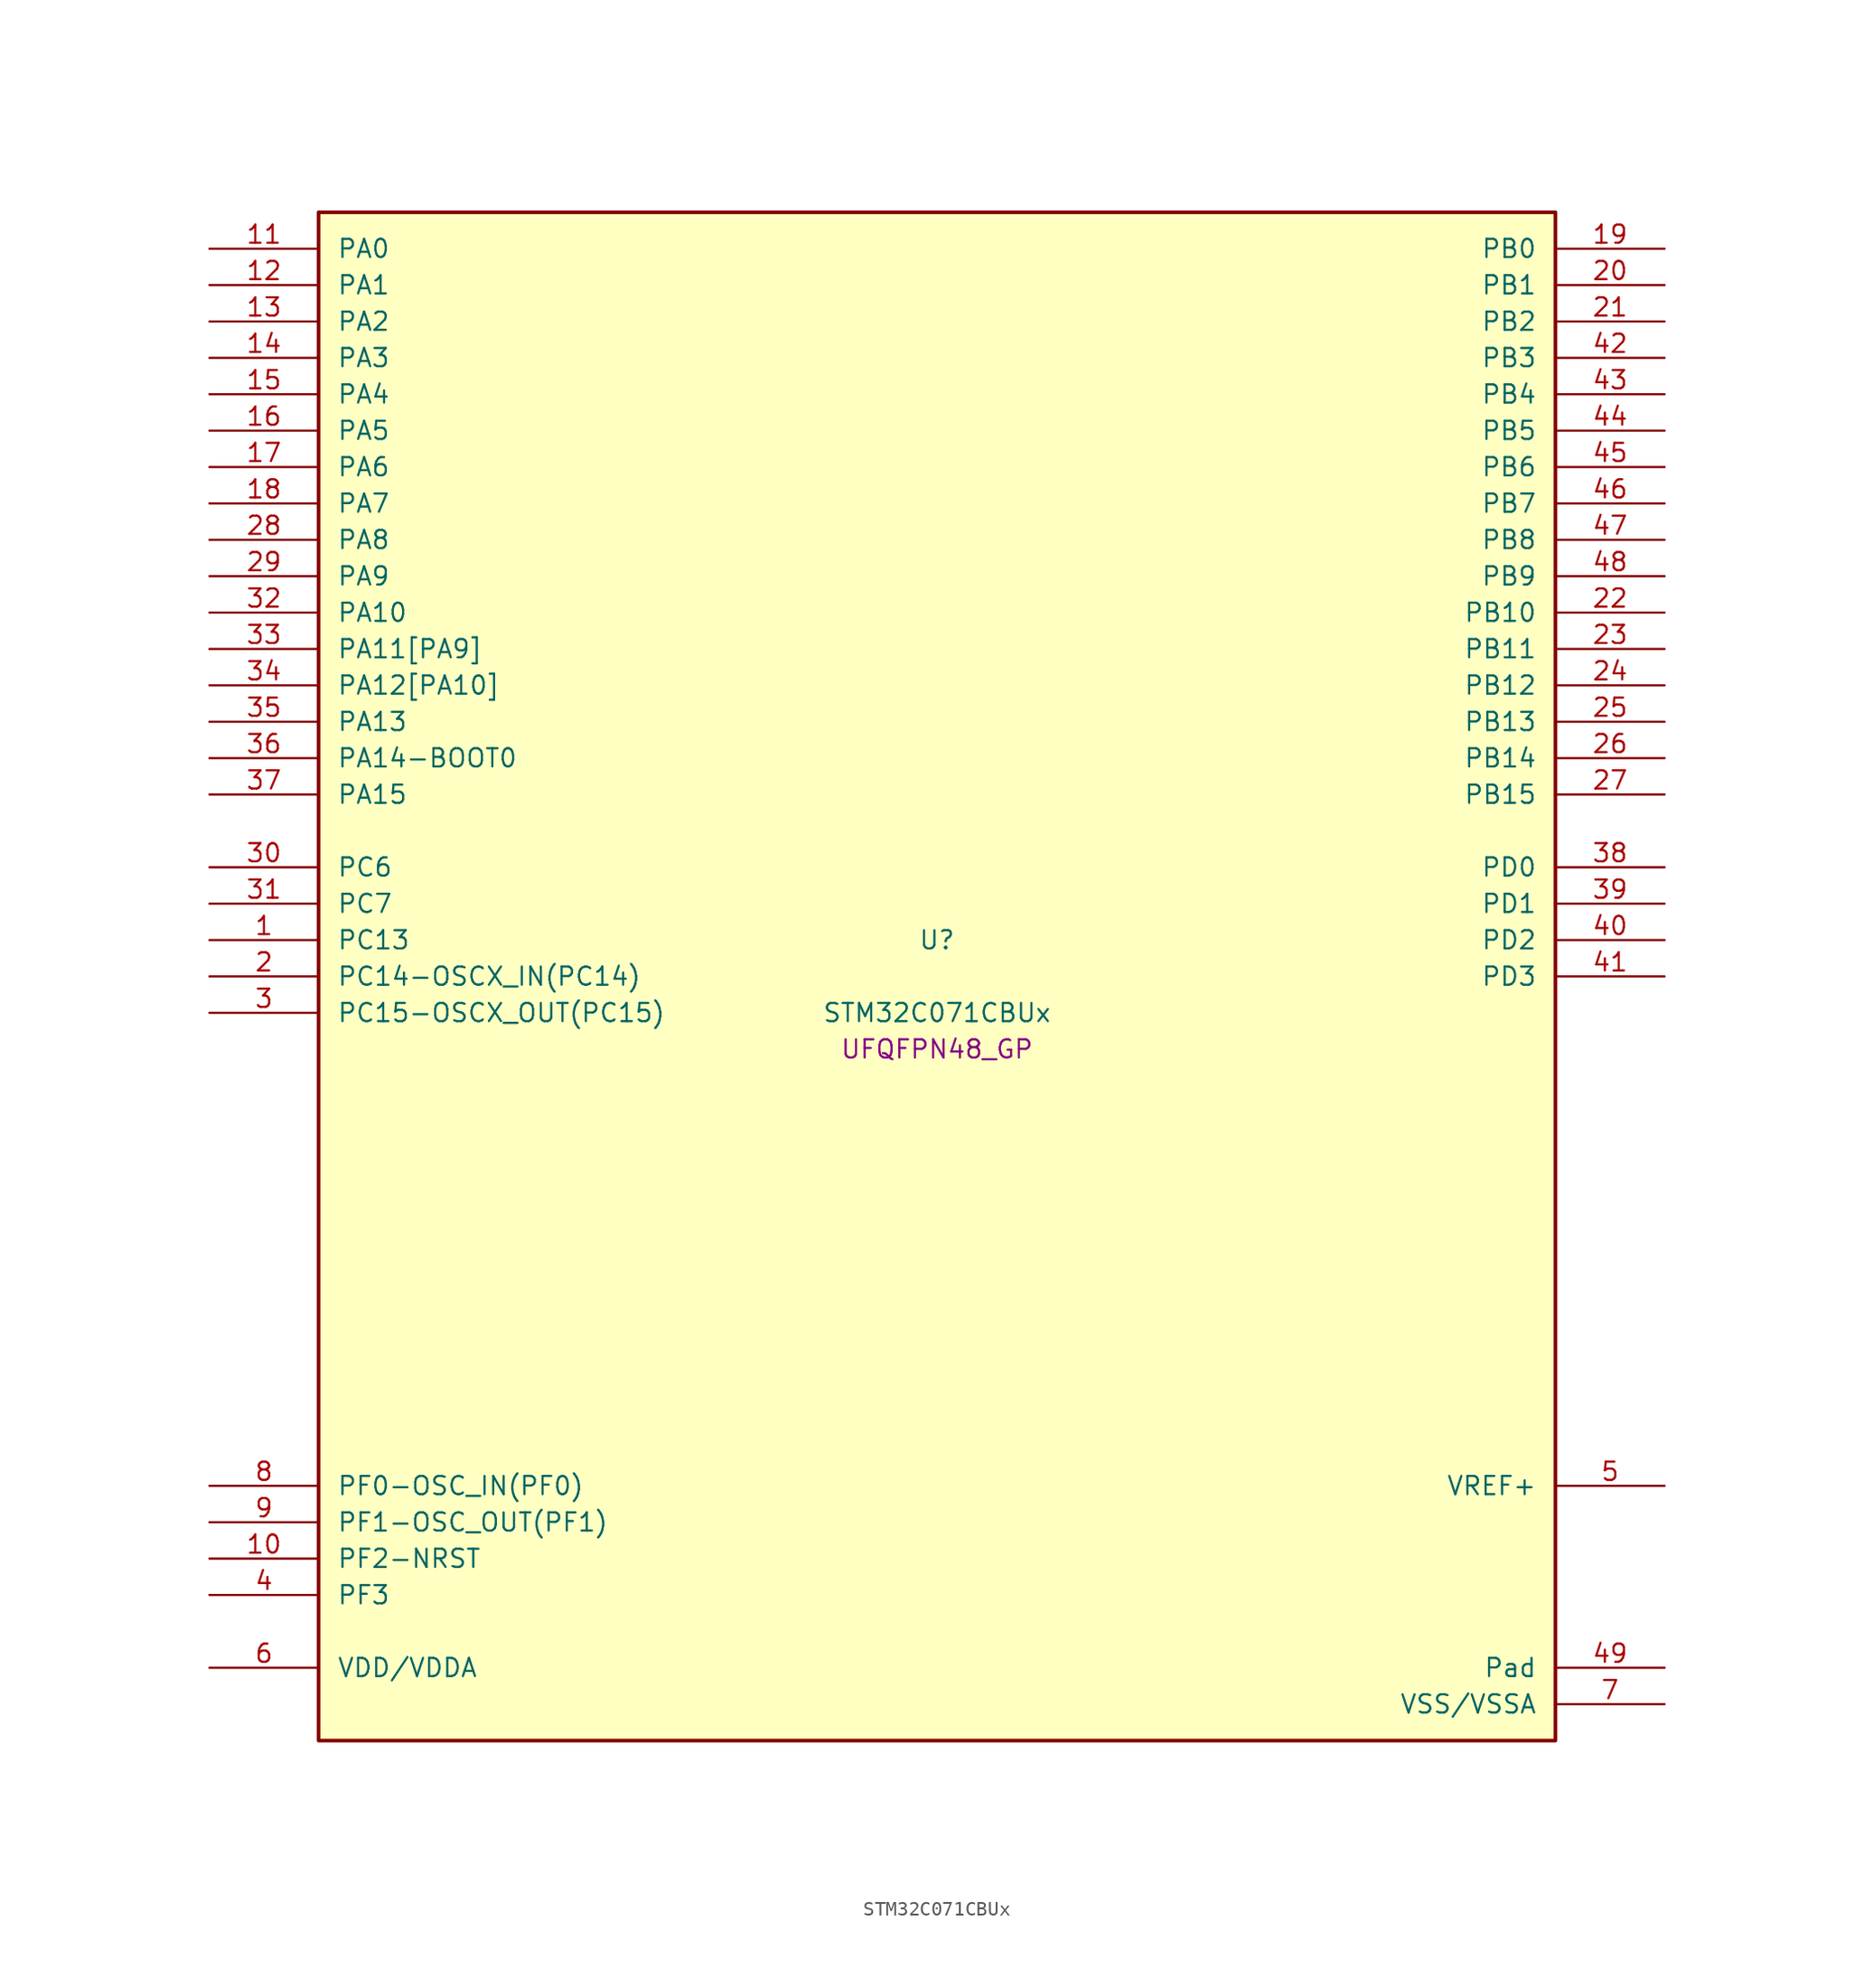
<source format=kicad_sym>
(kicad_symbol_lib
  (version 20241209)
  (generator "stm32_pkl_generator")
  (generator_version "1.0")
  (symbol "STM32C071CBUx"
    (pin_names
      (offset 1.27))
    (property "Reference" "U"
      (at 0 2.54 0))
    (property "Value" "STM32C071CBUx"
      (at 0 -2.54 0))
    (property "Footprint" "UFQFPN48_GP"
      (at 0 -5.08 0))
    (symbol "STM32C071CBUx_1_1"
      (rectangle (start -43.18 53.34) (end 43.18 -53.34) (stroke (width 0.254) (type solid)) (fill (type background)))
      (pin bidirectional line (at -50.8 50.8 0) (length 7.62) (name "PA0") (number "11") (alternate "PA0/ADC1_IN0" bidirectional line) (alternate "PA0/PWR_WKUP1" bidirectional line) (alternate "PA0/SPI2_SCK" bidirectional line) (alternate "PA0/TIM16_CH1" bidirectional line) (alternate "PA0/TIM1_CH1" bidirectional line) (alternate "PA0/TIM2_CH1" bidirectional line) (alternate "PA0/TIM2_ETR" bidirectional line) (alternate "PA0/USART1_TX" bidirectional line) (alternate "PA0/USART2_CTS" bidirectional line) (alternate "PA0/USART2_NSS" bidirectional line))
      (pin bidirectional line (at -50.8 48.26 0) (length 7.62) (name "PA1") (number "12") (alternate "PA1/ADC1_IN1" bidirectional line) (alternate "PA1/I2C1_SMBA" bidirectional line) (alternate "PA1/I2S1_CK" bidirectional line) (alternate "PA1/SPI1_SCK" bidirectional line) (alternate "PA1/TIM17_CH1" bidirectional line) (alternate "PA1/TIM1_CH2" bidirectional line) (alternate "PA1/TIM2_CH2" bidirectional line) (alternate "PA1/USART1_RX" bidirectional line) (alternate "PA1/USART2_CK" bidirectional line) (alternate "PA1/USART2_DE" bidirectional line) (alternate "PA1/USART2_RTS" bidirectional line))
      (pin bidirectional line (at -50.8 45.72 0) (length 7.62) (name "PA2") (number "13") (alternate "PA2/ADC1_IN2" bidirectional line) (alternate "PA2/I2S1_SD" bidirectional line) (alternate "PA2/PWR_WKUP4" bidirectional line) (alternate "PA2/RCC_LSCO" bidirectional line) (alternate "PA2/SPI1_MOSI" bidirectional line) (alternate "PA2/TIM16_CH1N" bidirectional line) (alternate "PA2/TIM1_CH3" bidirectional line) (alternate "PA2/TIM2_CH3" bidirectional line) (alternate "PA2/TIM3_ETR" bidirectional line) (alternate "PA2/USART2_TX" bidirectional line))
      (pin bidirectional line (at -50.8 43.18 0) (length 7.62) (name "PA3") (number "14") (alternate "PA3/ADC1_IN3" bidirectional line) (alternate "PA3/SPI2_MISO" bidirectional line) (alternate "PA3/TIM1_CH1N" bidirectional line) (alternate "PA3/TIM1_CH4" bidirectional line) (alternate "PA3/TIM2_CH4" bidirectional line) (alternate "PA3/USART2_RX" bidirectional line))
      (pin bidirectional line (at -50.8 40.64 0) (length 7.62) (name "PA4") (number "15") (alternate "PA4/ADC1_IN4" bidirectional line) (alternate "PA4/I2S1_WS" bidirectional line) (alternate "PA4/RTC_OUT2" bidirectional line) (alternate "PA4/SPI1_NSS" bidirectional line) (alternate "PA4/SPI2_MOSI" bidirectional line) (alternate "PA4/TIM14_CH1" bidirectional line) (alternate "PA4/TIM17_CH1N" bidirectional line) (alternate "PA4/TIM1_CH2N" bidirectional line) (alternate "PA4/USART2_TX" bidirectional line) (alternate "PA4/USB_NOE" bidirectional line))
      (pin bidirectional line (at -50.8 38.1 0) (length 7.62) (name "PA5") (number "16") (alternate "PA5/ADC1_IN5" bidirectional line) (alternate "PA5/I2S1_CK" bidirectional line) (alternate "PA5/SPI1_SCK" bidirectional line) (alternate "PA5/TIM1_CH1" bidirectional line) (alternate "PA5/TIM1_CH3N" bidirectional line) (alternate "PA5/TIM2_CH1" bidirectional line) (alternate "PA5/TIM2_ETR" bidirectional line) (alternate "PA5/USART2_RX" bidirectional line))
      (pin bidirectional line (at -50.8 35.56 0) (length 7.62) (name "PA6") (number "17") (alternate "PA6/ADC1_IN6" bidirectional line) (alternate "PA6/I2C2_SDA" bidirectional line) (alternate "PA6/I2S1_MCK" bidirectional line) (alternate "PA6/SPI1_MISO" bidirectional line) (alternate "PA6/TIM16_CH1" bidirectional line) (alternate "PA6/TIM1_BKIN" bidirectional line) (alternate "PA6/TIM3_CH1" bidirectional line))
      (pin bidirectional line (at -50.8 33.02 0) (length 7.62) (name "PA7") (number "18") (alternate "PA7/ADC1_IN7" bidirectional line) (alternate "PA7/I2C2_SCL" bidirectional line) (alternate "PA7/I2S1_SD" bidirectional line) (alternate "PA7/SPI1_MOSI" bidirectional line) (alternate "PA7/TIM14_CH1" bidirectional line) (alternate "PA7/TIM17_CH1" bidirectional line) (alternate "PA7/TIM1_CH1N" bidirectional line) (alternate "PA7/TIM3_CH2" bidirectional line))
      (pin bidirectional line (at -50.8 30.48 0) (length 7.62) (name "PA8") (number "28") (alternate "PA8/ADC1_IN8" bidirectional line) (alternate "PA8/CRS_SYNC" bidirectional line) (alternate "PA8/I2S1_WS" bidirectional line) (alternate "PA8/RCC_MCO" bidirectional line) (alternate "PA8/RCC_MCO_2" bidirectional line) (alternate "PA8/SPI1_NSS" bidirectional line) (alternate "PA8/SPI2_MISO" bidirectional line) (alternate "PA8/SPI2_NSS" bidirectional line) (alternate "PA8/TIM14_CH1" bidirectional line) (alternate "PA8/TIM1_CH1" bidirectional line) (alternate "PA8/TIM1_CH2N" bidirectional line) (alternate "PA8/TIM1_CH3N" bidirectional line) (alternate "PA8/TIM3_CH3" bidirectional line) (alternate "PA8/TIM3_CH4" bidirectional line) (alternate "PA8/USART1_RX" bidirectional line) (alternate "PA8/USART2_TX" bidirectional line))
      (pin bidirectional line (at -50.8 27.94 0) (length 7.62) (name "PA9") (number "29") (alternate "PA9/I2C1_SCL" bidirectional line) (alternate "PA9/I2C2_SCL" bidirectional line) (alternate "PA9/RCC_MCO" bidirectional line) (alternate "PA9/SPI2_MISO" bidirectional line) (alternate "PA9/TIM1_CH2" bidirectional line) (alternate "PA9/TIM3_ETR" bidirectional line) (alternate "PA9/USART1_TX" bidirectional line) (alternate "PA9/NC" bidirectional line))
      (pin bidirectional line (at -50.8 25.4 0) (length 7.62) (name "PA10") (number "32") (alternate "PA10/I2C1_SDA" bidirectional line) (alternate "PA10/I2C2_SDA" bidirectional line) (alternate "PA10/RCC_MCO_2" bidirectional line) (alternate "PA10/SPI2_MOSI" bidirectional line) (alternate "PA10/TIM17_BKIN" bidirectional line) (alternate "PA10/TIM1_CH3" bidirectional line) (alternate "PA10/USART1_RX" bidirectional line) (alternate "PA10/NC" bidirectional line))
      (pin bidirectional line (at -50.8 22.86 0) (length 7.62) (name "PA11[PA9]") (number "33") (alternate "PA11[PA9]/ADC1_EXTI11" bidirectional line) (alternate "PA11[PA9]/I2C2_SCL" bidirectional line) (alternate "PA11[PA9]/I2S1_MCK" bidirectional line) (alternate "PA11[PA9]/SPI1_MISO" bidirectional line) (alternate "PA11[PA9]/TIM1_BKIN2" bidirectional line) (alternate "PA11[PA9]/TIM1_CH4" bidirectional line) (alternate "PA11[PA9]/USART1_CTS" bidirectional line) (alternate "PA11[PA9]/USART1_NSS" bidirectional line) (alternate "PA11[PA9]/USB_DM" bidirectional line) (alternate "PA11[PA9]/PA9[PA11]" bidirectional line) (alternate "PA11[PA9]/I2C1_SCL" bidirectional line) (alternate "PA11[PA9]/RCC_MCO" bidirectional line) (alternate "PA11[PA9]/SPI2_MISO" bidirectional line) (alternate "PA11[PA9]/TIM1_CH2" bidirectional line) (alternate "PA11[PA9]/TIM3_ETR" bidirectional line) (alternate "PA11[PA9]/USART1_TX" bidirectional line))
      (pin bidirectional line (at -50.8 20.32 0) (length 7.62) (name "PA12[PA10]") (number "34") (alternate "PA12[PA10]/I2C2_SDA" bidirectional line) (alternate "PA12[PA10]/I2S1_SD" bidirectional line) (alternate "PA12[PA10]/I2S_CKIN" bidirectional line) (alternate "PA12[PA10]/SPI1_MOSI" bidirectional line) (alternate "PA12[PA10]/TIM1_ETR" bidirectional line) (alternate "PA12[PA10]/USART1_CK" bidirectional line) (alternate "PA12[PA10]/USART1_DE" bidirectional line) (alternate "PA12[PA10]/USART1_RTS" bidirectional line) (alternate "PA12[PA10]/USB_DP" bidirectional line) (alternate "PA12[PA10]/PA10[PA12]" bidirectional line) (alternate "PA12[PA10]/I2C1_SDA" bidirectional line) (alternate "PA12[PA10]/RCC_MCO_2" bidirectional line) (alternate "PA12[PA10]/SPI2_MOSI" bidirectional line) (alternate "PA12[PA10]/TIM17_BKIN" bidirectional line) (alternate "PA12[PA10]/TIM1_CH3" bidirectional line) (alternate "PA12[PA10]/USART1_RX" bidirectional line))
      (pin bidirectional line (at -50.8 17.78 0) (length 7.62) (name "PA13") (number "35") (alternate "PA13/ADC1_IN13" bidirectional line) (alternate "PA13/DEBUG_SWDIO" bidirectional line) (alternate "PA13/IR_OUT" bidirectional line) (alternate "PA13/TIM3_ETR" bidirectional line) (alternate "PA13/USART2_RX" bidirectional line) (alternate "PA13/USB_NOE" bidirectional line))
      (pin bidirectional line (at -50.8 15.24 0) (length 7.62) (name "PA14-BOOT0") (number "36") (alternate "PA14-BOOT0/ADC1_IN14" bidirectional line) (alternate "PA14-BOOT0/DEBUG_SWCLK" bidirectional line) (alternate "PA14-BOOT0/I2S1_WS" bidirectional line) (alternate "PA14-BOOT0/RCC_MCO_2" bidirectional line) (alternate "PA14-BOOT0/SPI1_NSS" bidirectional line) (alternate "PA14-BOOT0/TIM1_CH1" bidirectional line) (alternate "PA14-BOOT0/USART1_CK" bidirectional line) (alternate "PA14-BOOT0/USART1_DE" bidirectional line) (alternate "PA14-BOOT0/USART1_RTS" bidirectional line) (alternate "PA14-BOOT0/USART2_RX" bidirectional line) (alternate "PA14-BOOT0/USART2_TX" bidirectional line))
      (pin bidirectional line (at -50.8 12.7 0) (length 7.62) (name "PA15") (number "37") (alternate "PA15/I2S1_WS" bidirectional line) (alternate "PA15/RCC_MCO_2" bidirectional line) (alternate "PA15/SPI1_NSS" bidirectional line) (alternate "PA15/TIM1_CH1" bidirectional line) (alternate "PA15/TIM2_CH1" bidirectional line) (alternate "PA15/TIM2_ETR" bidirectional line) (alternate "PA15/USART1_CK" bidirectional line) (alternate "PA15/USART1_DE" bidirectional line) (alternate "PA15/USART1_RTS" bidirectional line) (alternate "PA15/USART2_RX" bidirectional line) (alternate "PA15/USB_NOE" bidirectional line))
      (pin bidirectional line (at 50.8 50.8 180) (length 7.62) (name "PB0") (number "19") (alternate "PB0/ADC1_IN17" bidirectional line) (alternate "PB0/I2S1_WS" bidirectional line) (alternate "PB0/SPI1_NSS" bidirectional line) (alternate "PB0/TIM1_CH2N" bidirectional line) (alternate "PB0/TIM3_CH3" bidirectional line))
      (pin bidirectional line (at 50.8 48.26 180) (length 7.62) (name "PB1") (number "20") (alternate "PB1/ADC1_IN18" bidirectional line) (alternate "PB1/TIM14_CH1" bidirectional line) (alternate "PB1/TIM1_CH2N" bidirectional line) (alternate "PB1/TIM1_CH3N" bidirectional line) (alternate "PB1/TIM3_CH4" bidirectional line))
      (pin bidirectional line (at 50.8 45.72 180) (length 7.62) (name "PB2") (number "21") (alternate "PB2/ADC1_IN19" bidirectional line) (alternate "PB2/RCC_MCO_2" bidirectional line) (alternate "PB2/SPI2_MISO" bidirectional line) (alternate "PB2/USART1_RX" bidirectional line))
      (pin bidirectional line (at 50.8 43.18 180) (length 7.62) (name "PB3") (number "42") (alternate "PB3/I2C2_SCL" bidirectional line) (alternate "PB3/I2S1_CK" bidirectional line) (alternate "PB3/SPI1_SCK" bidirectional line) (alternate "PB3/TIM1_CH2" bidirectional line) (alternate "PB3/TIM2_CH2" bidirectional line) (alternate "PB3/TIM3_CH2" bidirectional line) (alternate "PB3/USART1_CK" bidirectional line) (alternate "PB3/USART1_DE" bidirectional line) (alternate "PB3/USART1_RTS" bidirectional line))
      (pin bidirectional line (at 50.8 40.64 180) (length 7.62) (name "PB4") (number "43") (alternate "PB4/I2C2_SDA" bidirectional line) (alternate "PB4/I2S1_MCK" bidirectional line) (alternate "PB4/SPI1_MISO" bidirectional line) (alternate "PB4/TIM17_BKIN" bidirectional line) (alternate "PB4/TIM3_CH1" bidirectional line) (alternate "PB4/USART1_CTS" bidirectional line) (alternate "PB4/USART1_NSS" bidirectional line))
      (pin bidirectional line (at 50.8 38.1 180) (length 7.62) (name "PB5") (number "44") (alternate "PB5/I2C1_SMBA" bidirectional line) (alternate "PB5/I2S1_SD" bidirectional line) (alternate "PB5/PWR_WKUP6" bidirectional line) (alternate "PB5/SPI1_MOSI" bidirectional line) (alternate "PB5/TIM16_BKIN" bidirectional line) (alternate "PB5/TIM3_CH2" bidirectional line) (alternate "PB5/TIM3_CH3" bidirectional line))
      (pin bidirectional line (at 50.8 35.56 180) (length 7.62) (name "PB6") (number "45") (alternate "PB6/I2C1_SCL" bidirectional line) (alternate "PB6/I2C1_SMBA" bidirectional line) (alternate "PB6/I2S1_CK" bidirectional line) (alternate "PB6/I2S1_MCK" bidirectional line) (alternate "PB6/I2S1_SD" bidirectional line) (alternate "PB6/PWR_WKUP3" bidirectional line) (alternate "PB6/SPI1_MISO" bidirectional line) (alternate "PB6/SPI1_MOSI" bidirectional line) (alternate "PB6/SPI1_SCK" bidirectional line) (alternate "PB6/SPI2_MISO" bidirectional line) (alternate "PB6/TIM16_BKIN" bidirectional line) (alternate "PB6/TIM16_CH1N" bidirectional line) (alternate "PB6/TIM17_BKIN" bidirectional line) (alternate "PB6/TIM1_CH2" bidirectional line) (alternate "PB6/TIM1_CH3" bidirectional line) (alternate "PB6/TIM3_CH1" bidirectional line) (alternate "PB6/TIM3_CH2" bidirectional line) (alternate "PB6/TIM3_CH3" bidirectional line) (alternate "PB6/USART1_CTS" bidirectional line) (alternate "PB6/USART1_NSS" bidirectional line) (alternate "PB6/USART1_TX" bidirectional line))
      (pin bidirectional line (at 50.8 33.02 180) (length 7.62) (name "PB7") (number "46") (alternate "PB7/I2C1_SCL" bidirectional line) (alternate "PB7/I2C1_SDA" bidirectional line) (alternate "PB7/SPI2_MOSI" bidirectional line) (alternate "PB7/TIM16_CH1" bidirectional line) (alternate "PB7/TIM17_CH1N" bidirectional line) (alternate "PB7/TIM1_CH4" bidirectional line) (alternate "PB7/TIM3_CH1" bidirectional line) (alternate "PB7/TIM3_CH4" bidirectional line) (alternate "PB7/USART1_RX" bidirectional line) (alternate "PB7/USART2_CTS" bidirectional line) (alternate "PB7/USART2_NSS" bidirectional line))
      (pin bidirectional line (at 50.8 30.48 180) (length 7.62) (name "PB8") (number "47") (alternate "PB8/I2C1_SCL" bidirectional line) (alternate "PB8/SPI2_SCK" bidirectional line) (alternate "PB8/TIM16_CH1" bidirectional line) (alternate "PB8/TIM3_CH1" bidirectional line) (alternate "PB8/USART2_CTS" bidirectional line) (alternate "PB8/USART2_NSS" bidirectional line))
      (pin bidirectional line (at 50.8 27.94 180) (length 7.62) (name "PB9") (number "48") (alternate "PB9/I2C1_SDA" bidirectional line) (alternate "PB9/IR_OUT" bidirectional line) (alternate "PB9/SPI2_NSS" bidirectional line) (alternate "PB9/TIM17_CH1" bidirectional line) (alternate "PB9/TIM3_CH2" bidirectional line) (alternate "PB9/USART2_CK" bidirectional line) (alternate "PB9/USART2_DE" bidirectional line) (alternate "PB9/USART2_RTS" bidirectional line))
      (pin bidirectional line (at 50.8 25.4 180) (length 7.62) (name "PB10") (number "22") (alternate "PB10/ADC1_IN20" bidirectional line) (alternate "PB10/I2C2_SCL" bidirectional line) (alternate "PB10/SPI2_SCK" bidirectional line) (alternate "PB10/TIM2_CH3" bidirectional line))
      (pin bidirectional line (at 50.8 22.86 180) (length 7.62) (name "PB11") (number "23") (alternate "PB11/ADC1_EXTI11" bidirectional line) (alternate "PB11/ADC1_IN21" bidirectional line) (alternate "PB11/I2C2_SDA" bidirectional line) (alternate "PB11/SPI2_MOSI" bidirectional line) (alternate "PB11/TIM2_CH4" bidirectional line))
      (pin bidirectional line (at 50.8 20.32 180) (length 7.62) (name "PB12") (number "24") (alternate "PB12/ADC1_IN22" bidirectional line) (alternate "PB12/SPI2_NSS" bidirectional line) (alternate "PB12/TIM1_BKIN" bidirectional line) (alternate "PB12/TIM1_BKIN2" bidirectional line))
      (pin bidirectional line (at 50.8 17.78 180) (length 7.62) (name "PB13") (number "25") (alternate "PB13/I2C2_SCL" bidirectional line) (alternate "PB13/SPI2_SCK" bidirectional line) (alternate "PB13/TIM1_CH1N" bidirectional line))
      (pin bidirectional line (at 50.8 15.24 180) (length 7.62) (name "PB14") (number "26") (alternate "PB14/I2C2_SDA" bidirectional line) (alternate "PB14/SPI2_MISO" bidirectional line) (alternate "PB14/TIM1_CH2N" bidirectional line))
      (pin bidirectional line (at 50.8 12.7 180) (length 7.62) (name "PB15") (number "27") (alternate "PB15/RTC_REFIN" bidirectional line) (alternate "PB15/SPI2_MOSI" bidirectional line) (alternate "PB15/TIM1_CH3N" bidirectional line))
      (pin bidirectional line (at -50.8 7.62 0) (length 7.62) (name "PC6") (number "30") (alternate "PC6/TIM2_CH3" bidirectional line) (alternate "PC6/TIM3_CH1" bidirectional line))
      (pin bidirectional line (at -50.8 5.08 0) (length 7.62) (name "PC7") (number "31") (alternate "PC7/TIM2_CH4" bidirectional line) (alternate "PC7/TIM3_CH2" bidirectional line))
      (pin bidirectional line (at -50.8 2.54 0) (length 7.62) (name "PC13") (number "1") (alternate "PC13/PWR_WKUP2" bidirectional line) (alternate "PC13/RTC_OUT1" bidirectional line) (alternate "PC13/RTC_TS" bidirectional line) (alternate "PC13/TIM1_BKIN" bidirectional line) (alternate "PC13/TIM1_ETR" bidirectional line))
      (pin bidirectional line (at -50.8 0 0) (length 7.62) (name "PC14-OSCX_IN(PC14)") (number "2") (alternate "PC14-OSCX_IN(PC14)/I2C1_SDA" bidirectional line) (alternate "PC14-OSCX_IN(PC14)/IR_OUT" bidirectional line) (alternate "PC14-OSCX_IN(PC14)/RCC_OSCX_IN" bidirectional line) (alternate "PC14-OSCX_IN(PC14)/SPI2_NSS" bidirectional line) (alternate "PC14-OSCX_IN(PC14)/TIM17_CH1" bidirectional line) (alternate "PC14-OSCX_IN(PC14)/TIM1_BKIN2" bidirectional line) (alternate "PC14-OSCX_IN(PC14)/TIM1_ETR" bidirectional line) (alternate "PC14-OSCX_IN(PC14)/TIM3_CH2" bidirectional line) (alternate "PC14-OSCX_IN(PC14)/USART1_TX" bidirectional line) (alternate "PC14-OSCX_IN(PC14)/USART2_CK" bidirectional line) (alternate "PC14-OSCX_IN(PC14)/USART2_DE" bidirectional line) (alternate "PC14-OSCX_IN(PC14)/USART2_RTS" bidirectional line))
      (pin bidirectional line (at -50.8 -2.54 0) (length 7.62) (name "PC15-OSCX_OUT(PC15)") (number "3") (alternate "PC15-OSCX_OUT(PC15)/RCC_OSC32_EN" bidirectional line) (alternate "PC15-OSCX_OUT(PC15)/RCC_OSCX_OUT" bidirectional line) (alternate "PC15-OSCX_OUT(PC15)/RCC_OSC_EN" bidirectional line) (alternate "PC15-OSCX_OUT(PC15)/TIM1_ETR" bidirectional line) (alternate "PC15-OSCX_OUT(PC15)/TIM3_CH3" bidirectional line))
      (pin bidirectional line (at 50.8 7.62 180) (length 7.62) (name "PD0") (number "38") (alternate "PD0/SPI2_NSS" bidirectional line) (alternate "PD0/TIM16_CH1" bidirectional line))
      (pin bidirectional line (at 50.8 5.08 180) (length 7.62) (name "PD1") (number "39") (alternate "PD1/SPI2_SCK" bidirectional line) (alternate "PD1/TIM17_CH1" bidirectional line))
      (pin bidirectional line (at 50.8 2.54 180) (length 7.62) (name "PD2") (number "40") (alternate "PD2/TIM1_CH1N" bidirectional line) (alternate "PD2/TIM3_ETR" bidirectional line))
      (pin bidirectional line (at 50.8 0 180) (length 7.62) (name "PD3") (number "41") (alternate "PD3/SPI2_MISO" bidirectional line) (alternate "PD3/TIM1_CH2N" bidirectional line) (alternate "PD3/USART2_CTS" bidirectional line) (alternate "PD3/USART2_NSS" bidirectional line))
      (pin bidirectional line (at -50.8 -35.56 0) (length 7.62) (name "PF0-OSC_IN(PF0)") (number "8") (alternate "PF0-OSC_IN(PF0)/CRS_SYNC" bidirectional line) (alternate "PF0-OSC_IN(PF0)/RCC_OSC_IN" bidirectional line) (alternate "PF0-OSC_IN(PF0)/TIM14_CH1" bidirectional line))
      (pin bidirectional line (at -50.8 -38.1 0) (length 7.62) (name "PF1-OSC_OUT(PF1)") (number "9") (alternate "PF1-OSC_OUT(PF1)/RCC_OSC_EN" bidirectional line) (alternate "PF1-OSC_OUT(PF1)/RCC_OSC_OUT" bidirectional line))
      (pin bidirectional line (at -50.8 -40.64 0) (length 7.62) (name "PF2-NRST") (number "10") (alternate "PF2-NRST/RCC_MCO" bidirectional line) (alternate "PF2-NRST/TIM1_CH4" bidirectional line))
      (pin bidirectional line (at -50.8 -43.18 0) (length 7.62) (name "PF3") (number "4"))
      (pin bidirectional line (at 50.8 -35.56 180) (length 7.62) (name "VREF+") (number "5"))
      (pin power_in line (at -50.8 -48.26 0) (length 7.62) (name "VDD/VDDA") (number "6"))
      (pin passive line (at 50.8 -48.26 180) (length 7.62) (name "Pad") (number "49"))
      (pin power_in line (at 50.8 -50.8 180) (length 7.62) (name "VSS/VSSA") (number "7")))))
</source>
